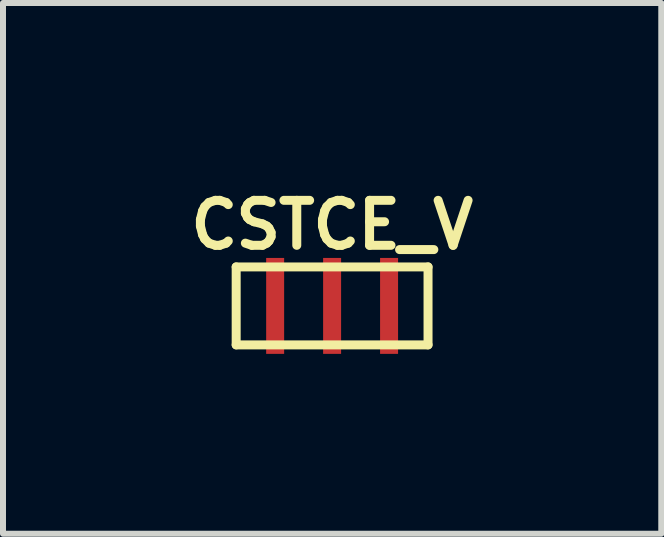
<source format=kicad_pcb>
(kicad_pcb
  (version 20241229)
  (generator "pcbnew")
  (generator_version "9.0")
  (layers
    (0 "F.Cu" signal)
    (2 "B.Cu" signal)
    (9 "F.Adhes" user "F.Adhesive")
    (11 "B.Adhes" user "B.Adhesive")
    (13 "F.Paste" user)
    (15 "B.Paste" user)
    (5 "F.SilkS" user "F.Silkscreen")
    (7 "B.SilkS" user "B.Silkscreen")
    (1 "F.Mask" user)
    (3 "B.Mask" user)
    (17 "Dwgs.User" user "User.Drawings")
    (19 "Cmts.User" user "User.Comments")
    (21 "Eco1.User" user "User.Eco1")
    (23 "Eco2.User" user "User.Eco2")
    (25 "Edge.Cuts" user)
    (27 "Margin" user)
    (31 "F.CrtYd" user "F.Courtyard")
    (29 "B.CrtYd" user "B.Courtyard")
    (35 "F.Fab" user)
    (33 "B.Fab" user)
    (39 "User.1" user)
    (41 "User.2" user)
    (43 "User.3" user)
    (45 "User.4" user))
  (footprint "CSTCE_V"
    (layer "F.Cu")
    (at 2.489 2.052)
    (property "Reference" "CSTCE_V" (at 0 -1.35 0) (layer "F.SilkS") (effects (font (size 0.75 0.75) (thickness 0.15))))
    (attr through_hole)
    (fp_line (start -1.6 -0.65) (end -1.6 0.65) (stroke (width 0.15) (type solid)) (layer "F.SilkS"))
    (fp_line (start -1.6 0.65) (end 1.6 0.65) (stroke (width 0.15) (type solid)) (layer "F.SilkS"))
    (fp_line (start 1.6 -0.65) (end -1.6 -0.65) (stroke (width 0.15) (type solid)) (layer "F.SilkS"))
    (fp_line (start 1.6 0.65) (end 1.6 -0.65) (stroke (width 0.15) (type solid)) (layer "F.SilkS"))
    (pad "1" smd rect (at -0.95 0) (size 0.3 1.6) (layers "F.Cu" "F.Mask" "F.Paste"))
    (pad "2" smd rect (at 0 0) (size 0.3 1.6) (layers "F.Cu" "F.Mask" "F.Paste"))
    (pad "3" smd rect (at 0.95 0) (size 0.3 1.6) (layers "F.Cu" "F.Mask" "F.Paste")))
  (gr_rect
    (start -3 -3)
    (end 7.979 5.852)
    (stroke (width 0.1) (type default))
    (fill no)
    (layer "Edge.Cuts")))
</source>
